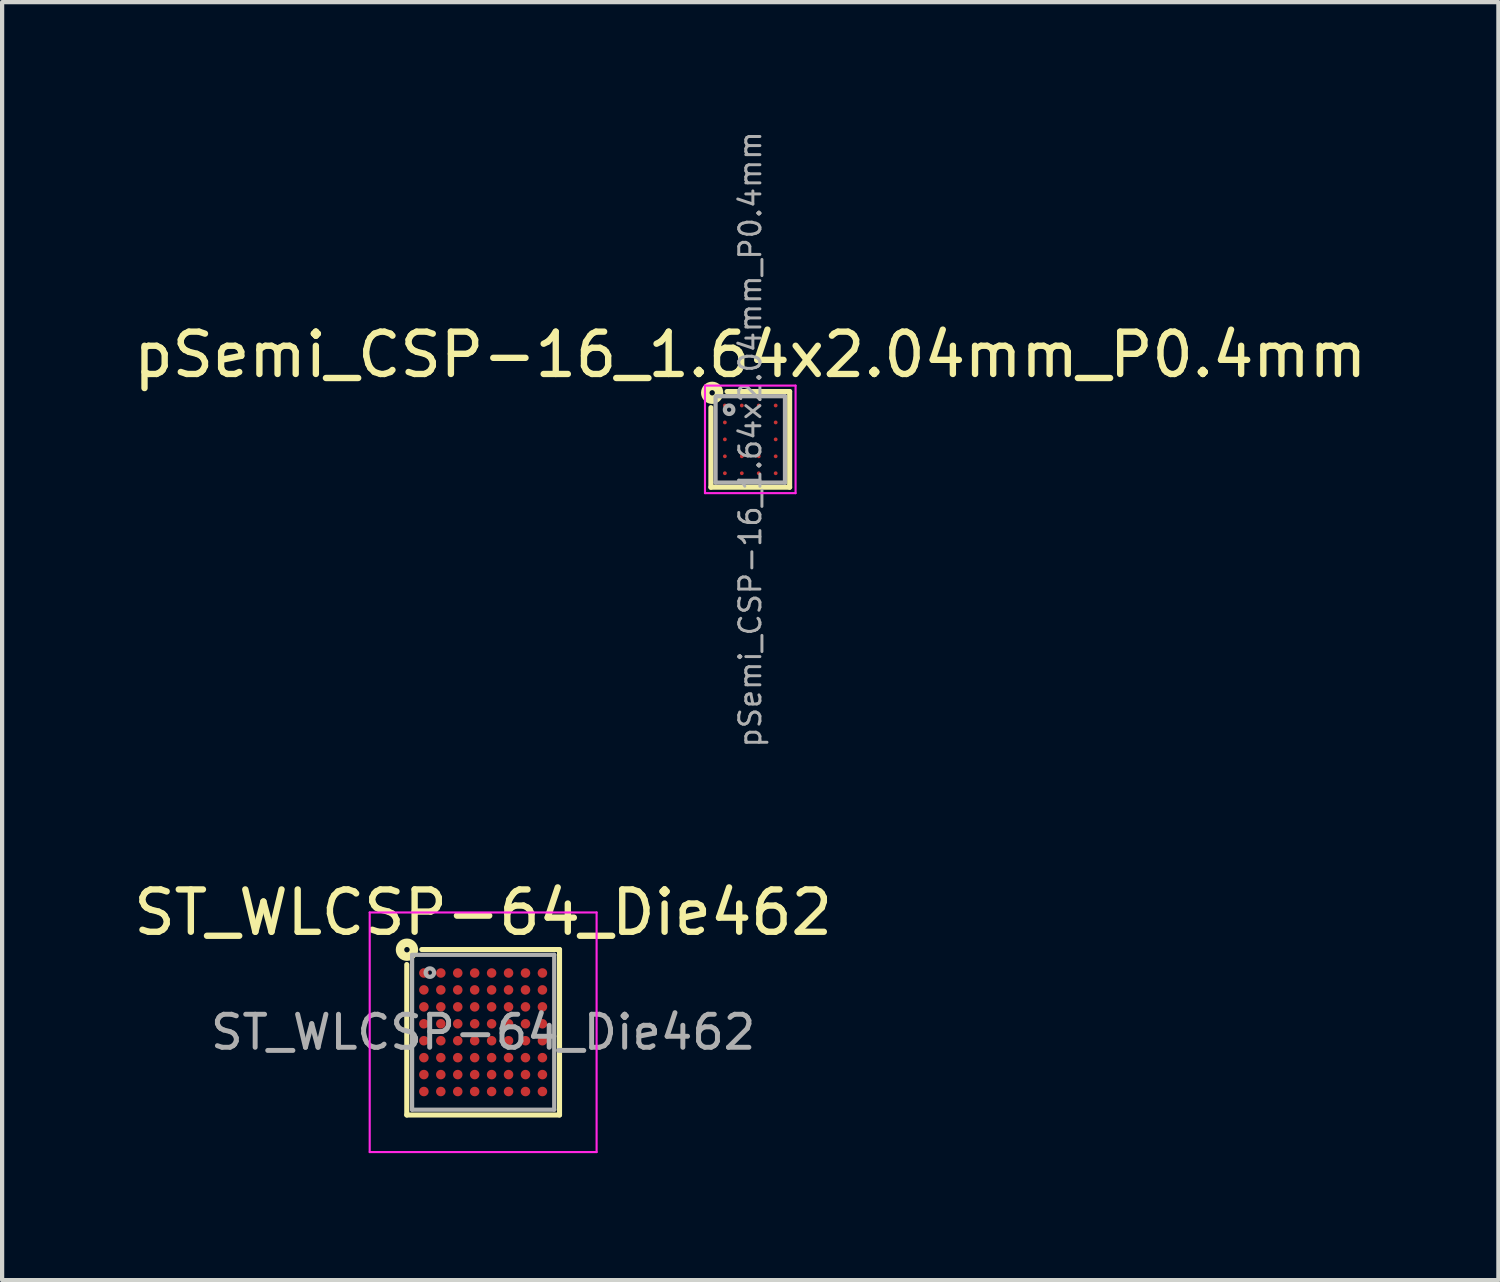
<source format=kicad_pcb>
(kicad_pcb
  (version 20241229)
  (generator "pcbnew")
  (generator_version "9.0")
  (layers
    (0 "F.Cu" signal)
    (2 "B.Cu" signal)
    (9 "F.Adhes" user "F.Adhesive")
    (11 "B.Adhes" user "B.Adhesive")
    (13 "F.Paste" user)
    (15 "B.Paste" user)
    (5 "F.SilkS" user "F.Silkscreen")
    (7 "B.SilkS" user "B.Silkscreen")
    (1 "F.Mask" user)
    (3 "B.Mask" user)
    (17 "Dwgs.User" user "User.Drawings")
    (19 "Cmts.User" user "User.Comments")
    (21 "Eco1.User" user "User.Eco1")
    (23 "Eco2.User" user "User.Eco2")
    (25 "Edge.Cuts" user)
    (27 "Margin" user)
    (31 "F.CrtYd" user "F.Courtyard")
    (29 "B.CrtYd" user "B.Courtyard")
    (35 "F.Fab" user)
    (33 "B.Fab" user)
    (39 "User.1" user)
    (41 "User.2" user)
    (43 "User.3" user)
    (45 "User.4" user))
  (footprint "pSemi_CSP-16_1.64x2.04mm_P0.4mm"
    (layer "F.Cu")
    (at 14.673 7.329)
    (property "Reference" "pSemi_CSP-16_1.64x2.04mm_P0.4mm" (at 0 -2 0) (layer "F.SilkS") (effects (font (size 1 1) (thickness 0.15))))
    (attr smd)
    (fp_line (start -0.93 -0.75) (end -0.93 1.13) (stroke (width 0.12) (type solid)) (layer "F.SilkS"))
    (fp_line (start 0.93 -1.13) (end -0.55 -1.13) (stroke (width 0.12) (type solid)) (layer "F.SilkS"))
    (fp_line (start 0.93 -1.13) (end 0.93 1.13) (stroke (width 0.12) (type solid)) (layer "F.SilkS"))
    (fp_line (start 0.93 1.13) (end -0.93 1.13) (stroke (width 0.12) (type solid)) (layer "F.SilkS"))
    (fp_circle (center -0.9 -1.1) (end -0.837 -1.1) (stroke (width 0.2) (type solid)) (fill no) (layer "F.SilkS"))
    (fp_line (start -1.07 -1.27) (end -1.07 1.27) (stroke (width 0.05) (type solid)) (layer "F.CrtYd"))
    (fp_line (start 1.07 -1.27) (end -1.07 -1.27) (stroke (width 0.05) (type solid)) (layer "F.CrtYd"))
    (fp_line (start 1.07 -1.27) (end 1.07 1.27) (stroke (width 0.05) (type solid)) (layer "F.CrtYd"))
    (fp_line (start 1.07 1.27) (end -1.07 1.27) (stroke (width 0.05) (type solid)) (layer "F.CrtYd"))
    (fp_line (start -0.82 1.02) (end -0.82 -1) (stroke (width 0.1) (type solid)) (layer "F.Fab"))
    (fp_line (start -0.8 -1.02) (end 0.82 -1.02) (stroke (width 0.1) (type solid)) (layer "F.Fab"))
    (fp_line (start 0.82 -1.02) (end 0.82 1.02) (stroke (width 0.1) (type solid)) (layer "F.Fab"))
    (fp_line (start 0.82 1.02) (end -0.82 1.02) (stroke (width 0.1) (type solid)) (layer "F.Fab"))
    (fp_circle (center -0.5 -0.7) (end -0.4 -0.7) (stroke (width 0.1) (type solid)) (fill no) (layer "F.Fab"))
    (fp_text user "${REFERENCE}" (at 0 0 90) (layer "F.Fab") (effects (font (size 0.5 0.5) (thickness 0.07))))
    (pad "1" smd circle (at -0.6 -0.8) (size 0.09 0.09) (layers "F.Cu" "F.Mask" "F.Paste"))
    (pad "2" smd circle (at -0.6 -0.4) (size 0.09 0.09) (layers "F.Cu" "F.Mask" "F.Paste"))
    (pad "3" smd circle (at -0.6 0) (size 0.09 0.09) (layers "F.Cu" "F.Mask" "F.Paste"))
    (pad "4" smd circle (at -0.6 0.4) (size 0.09 0.09) (layers "F.Cu" "F.Mask" "F.Paste"))
    (pad "5" smd circle (at -0.6 0.8) (size 0.09 0.09) (layers "F.Cu" "F.Mask" "F.Paste"))
    (pad "6" smd circle (at -0.2 -0.8) (size 0.09 0.09) (layers "F.Cu" "F.Mask" "F.Paste"))
    (pad "7" smd circle (at -0.2 0.4) (size 0.09 0.09) (layers "F.Cu" "F.Mask" "F.Paste"))
    (pad "8" smd circle (at -0.2 0.8) (size 0.09 0.09) (layers "F.Cu" "F.Mask" "F.Paste"))
    (pad "9" smd circle (at 0.2 -0.8) (size 0.09 0.09) (layers "F.Cu" "F.Mask" "F.Paste"))
    (pad "10" smd circle (at 0.2 0.4) (size 0.09 0.09) (layers "F.Cu" "F.Mask" "F.Paste"))
    (pad "11" smd circle (at 0.2 0.8) (size 0.09 0.09) (layers "F.Cu" "F.Mask" "F.Paste"))
    (pad "12" smd circle (at 0.6 -0.8) (size 0.09 0.09) (layers "F.Cu" "F.Mask" "F.Paste"))
    (pad "13" smd circle (at 0.6 -0.4) (size 0.09 0.09) (layers "F.Cu" "F.Mask" "F.Paste"))
    (pad "14" smd circle (at 0.6 0) (size 0.09 0.09) (layers "F.Cu" "F.Mask" "F.Paste"))
    (pad "15" smd circle (at 0.6 0.4) (size 0.09 0.09) (layers "F.Cu" "F.Mask" "F.Paste"))
    (pad "16" smd circle (at 0.6 0.8) (size 0.09 0.09) (layers "F.Cu" "F.Mask" "F.Paste")))
  (footprint "ST_WLCSP-64_Die462"
    (layer "F.Cu")
    (at 8.363 21.334)
    (property "Reference" "ST_WLCSP-64_Die462" (at 0 -2.829 0) (layer "F.SilkS") (effects (font (size 1 1) (thickness 0.15))))
    (attr smd)
    (fp_line (start -1.804 1.954) (end -1.804 -1.6) (stroke (width 0.12) (type solid)) (layer "F.SilkS"))
    (fp_line (start -1.45 -1.954) (end 1.804 -1.954) (stroke (width 0.12) (type solid)) (layer "F.SilkS"))
    (fp_line (start 1.804 -1.954) (end 1.804 1.954) (stroke (width 0.12) (type solid)) (layer "F.SilkS"))
    (fp_line (start 1.804 1.954) (end -1.804 1.954) (stroke (width 0.12) (type solid)) (layer "F.SilkS"))
    (fp_circle (center -1.8 -1.95) (end -1.736 -1.95) (stroke (width 0.2) (type solid)) (fill no) (layer "F.SilkS"))
    (fp_line (start -2.68 -2.83) (end -2.68 2.83) (stroke (width 0.05) (type solid)) (layer "F.CrtYd"))
    (fp_line (start -2.68 2.83) (end 2.68 2.83) (stroke (width 0.05) (type solid)) (layer "F.CrtYd"))
    (fp_line (start 2.68 -2.83) (end -2.68 -2.83) (stroke (width 0.05) (type solid)) (layer "F.CrtYd"))
    (fp_line (start 2.68 2.83) (end 2.68 -2.83) (stroke (width 0.05) (type solid)) (layer "F.CrtYd"))
    (fp_line (start -1.68 -1.829) (end 1.679 -1.829) (stroke (width 0.1) (type solid)) (layer "F.Fab"))
    (fp_line (start -1.679 1.829) (end -1.679 -1.82) (stroke (width 0.1) (type solid)) (layer "F.Fab"))
    (fp_line (start 1.679 -1.829) (end 1.679 1.829) (stroke (width 0.1) (type solid)) (layer "F.Fab"))
    (fp_line (start 1.679 1.829) (end -1.679 1.829) (stroke (width 0.1) (type solid)) (layer "F.Fab"))
    (fp_circle (center -1.259 -1.409) (end -1.159 -1.409) (stroke (width 0.1) (type solid)) (fill no) (layer "F.Fab"))
    (fp_text user "${REFERENCE}" (at 0 0 0) (layer "F.Fab") (effects (font (size 0.78 0.78) (thickness 0.117))))
    (pad "A1" smd circle (at -1.4 -1.4) (size 0.225 0.225) (layers "F.Cu" "F.Mask" "F.Paste"))
    (pad "A2" smd circle (at -1 -1.4) (size 0.225 0.225) (layers "F.Cu" "F.Mask" "F.Paste"))
    (pad "A3" smd circle (at -0.6 -1.4) (size 0.225 0.225) (layers "F.Cu" "F.Mask" "F.Paste"))
    (pad "A4" smd circle (at -0.2 -1.4) (size 0.225 0.225) (layers "F.Cu" "F.Mask" "F.Paste"))
    (pad "A5" smd circle (at 0.2 -1.4) (size 0.225 0.225) (layers "F.Cu" "F.Mask" "F.Paste"))
    (pad "A6" smd circle (at 0.6 -1.4) (size 0.225 0.225) (layers "F.Cu" "F.Mask" "F.Paste"))
    (pad "A7" smd circle (at 1 -1.4) (size 0.225 0.225) (layers "F.Cu" "F.Mask" "F.Paste"))
    (pad "A8" smd circle (at 1.4 -1.4) (size 0.225 0.225) (layers "F.Cu" "F.Mask" "F.Paste"))
    (pad "B1" smd circle (at -1.4 -1) (size 0.225 0.225) (layers "F.Cu" "F.Mask" "F.Paste"))
    (pad "B2" smd circle (at -1 -1) (size 0.225 0.225) (layers "F.Cu" "F.Mask" "F.Paste"))
    (pad "B3" smd circle (at -0.6 -1) (size 0.225 0.225) (layers "F.Cu" "F.Mask" "F.Paste"))
    (pad "B4" smd circle (at -0.2 -1) (size 0.225 0.225) (layers "F.Cu" "F.Mask" "F.Paste"))
    (pad "B5" smd circle (at 0.2 -1) (size 0.225 0.225) (layers "F.Cu" "F.Mask" "F.Paste"))
    (pad "B6" smd circle (at 0.6 -1) (size 0.225 0.225) (layers "F.Cu" "F.Mask" "F.Paste"))
    (pad "B7" smd circle (at 1 -1) (size 0.225 0.225) (layers "F.Cu" "F.Mask" "F.Paste"))
    (pad "B8" smd circle (at 1.4 -1) (size 0.225 0.225) (layers "F.Cu" "F.Mask" "F.Paste"))
    (pad "C1" smd circle (at -1.4 -0.6) (size 0.225 0.225) (layers "F.Cu" "F.Mask" "F.Paste"))
    (pad "C2" smd circle (at -1 -0.6) (size 0.225 0.225) (layers "F.Cu" "F.Mask" "F.Paste"))
    (pad "C3" smd circle (at -0.6 -0.6) (size 0.225 0.225) (layers "F.Cu" "F.Mask" "F.Paste"))
    (pad "C4" smd circle (at -0.2 -0.6) (size 0.225 0.225) (layers "F.Cu" "F.Mask" "F.Paste"))
    (pad "C5" smd circle (at 0.2 -0.6) (size 0.225 0.225) (layers "F.Cu" "F.Mask" "F.Paste"))
    (pad "C6" smd circle (at 0.6 -0.6) (size 0.225 0.225) (layers "F.Cu" "F.Mask" "F.Paste"))
    (pad "C7" smd circle (at 1 -0.6) (size 0.225 0.225) (layers "F.Cu" "F.Mask" "F.Paste"))
    (pad "C8" smd circle (at 1.4 -0.6) (size 0.225 0.225) (layers "F.Cu" "F.Mask" "F.Paste"))
    (pad "D1" smd circle (at -1.4 -0.2) (size 0.225 0.225) (layers "F.Cu" "F.Mask" "F.Paste"))
    (pad "D2" smd circle (at -1 -0.2) (size 0.225 0.225) (layers "F.Cu" "F.Mask" "F.Paste"))
    (pad "D3" smd circle (at -0.6 -0.2) (size 0.225 0.225) (layers "F.Cu" "F.Mask" "F.Paste"))
    (pad "D4" smd circle (at -0.2 -0.2) (size 0.225 0.225) (layers "F.Cu" "F.Mask" "F.Paste"))
    (pad "D5" smd circle (at 0.2 -0.2) (size 0.225 0.225) (layers "F.Cu" "F.Mask" "F.Paste"))
    (pad "D6" smd circle (at 0.6 -0.2) (size 0.225 0.225) (layers "F.Cu" "F.Mask" "F.Paste"))
    (pad "D7" smd circle (at 1 -0.2) (size 0.225 0.225) (layers "F.Cu" "F.Mask" "F.Paste"))
    (pad "D8" smd circle (at 1.4 -0.2) (size 0.225 0.225) (layers "F.Cu" "F.Mask" "F.Paste"))
    (pad "E1" smd circle (at -1.4 0.2) (size 0.225 0.225) (layers "F.Cu" "F.Mask" "F.Paste"))
    (pad "E2" smd circle (at -1 0.2) (size 0.225 0.225) (layers "F.Cu" "F.Mask" "F.Paste"))
    (pad "E3" smd circle (at -0.6 0.2) (size 0.225 0.225) (layers "F.Cu" "F.Mask" "F.Paste"))
    (pad "E4" smd circle (at -0.2 0.2) (size 0.225 0.225) (layers "F.Cu" "F.Mask" "F.Paste"))
    (pad "E5" smd circle (at 0.2 0.2) (size 0.225 0.225) (layers "F.Cu" "F.Mask" "F.Paste"))
    (pad "E6" smd circle (at 0.6 0.2) (size 0.225 0.225) (layers "F.Cu" "F.Mask" "F.Paste"))
    (pad "E7" smd circle (at 1 0.2) (size 0.225 0.225) (layers "F.Cu" "F.Mask" "F.Paste"))
    (pad "E8" smd circle (at 1.4 0.2) (size 0.225 0.225) (layers "F.Cu" "F.Mask" "F.Paste"))
    (pad "F1" smd circle (at -1.4 0.6) (size 0.225 0.225) (layers "F.Cu" "F.Mask" "F.Paste"))
    (pad "F2" smd circle (at -1 0.6) (size 0.225 0.225) (layers "F.Cu" "F.Mask" "F.Paste"))
    (pad "F3" smd circle (at -0.6 0.6) (size 0.225 0.225) (layers "F.Cu" "F.Mask" "F.Paste"))
    (pad "F4" smd circle (at -0.2 0.6) (size 0.225 0.225) (layers "F.Cu" "F.Mask" "F.Paste"))
    (pad "F5" smd circle (at 0.2 0.6) (size 0.225 0.225) (layers "F.Cu" "F.Mask" "F.Paste"))
    (pad "F6" smd circle (at 0.6 0.6) (size 0.225 0.225) (layers "F.Cu" "F.Mask" "F.Paste"))
    (pad "F7" smd circle (at 1 0.6) (size 0.225 0.225) (layers "F.Cu" "F.Mask" "F.Paste"))
    (pad "F8" smd circle (at 1.4 0.6) (size 0.225 0.225) (layers "F.Cu" "F.Mask" "F.Paste"))
    (pad "G1" smd circle (at -1.4 1) (size 0.225 0.225) (layers "F.Cu" "F.Mask" "F.Paste"))
    (pad "G2" smd circle (at -1 1) (size 0.225 0.225) (layers "F.Cu" "F.Mask" "F.Paste"))
    (pad "G3" smd circle (at -0.6 1) (size 0.225 0.225) (layers "F.Cu" "F.Mask" "F.Paste"))
    (pad "G4" smd circle (at -0.2 1) (size 0.225 0.225) (layers "F.Cu" "F.Mask" "F.Paste"))
    (pad "G5" smd circle (at 0.2 1) (size 0.225 0.225) (layers "F.Cu" "F.Mask" "F.Paste"))
    (pad "G6" smd circle (at 0.6 1) (size 0.225 0.225) (layers "F.Cu" "F.Mask" "F.Paste"))
    (pad "G7" smd circle (at 1 1) (size 0.225 0.225) (layers "F.Cu" "F.Mask" "F.Paste"))
    (pad "G8" smd circle (at 1.4 1) (size 0.225 0.225) (layers "F.Cu" "F.Mask" "F.Paste"))
    (pad "H1" smd circle (at -1.4 1.4) (size 0.225 0.225) (layers "F.Cu" "F.Mask" "F.Paste"))
    (pad "H2" smd circle (at -1 1.4) (size 0.225 0.225) (layers "F.Cu" "F.Mask" "F.Paste"))
    (pad "H3" smd circle (at -0.6 1.4) (size 0.225 0.225) (layers "F.Cu" "F.Mask" "F.Paste"))
    (pad "H4" smd circle (at -0.2 1.4) (size 0.225 0.225) (layers "F.Cu" "F.Mask" "F.Paste"))
    (pad "H5" smd circle (at 0.2 1.4) (size 0.225 0.225) (layers "F.Cu" "F.Mask" "F.Paste"))
    (pad "H6" smd circle (at 0.6 1.4) (size 0.225 0.225) (layers "F.Cu" "F.Mask" "F.Paste"))
    (pad "H7" smd circle (at 1 1.4) (size 0.225 0.225) (layers "F.Cu" "F.Mask" "F.Paste"))
    (pad "H8" smd circle (at 1.4 1.4) (size 0.225 0.225) (layers "F.Cu" "F.Mask" "F.Paste")))
  (gr_rect
    (start -3 -3)
    (end 32.345 27.189)
    (stroke (width 0.1) (type default))
    (fill no)
    (layer "Edge.Cuts")))
</source>
